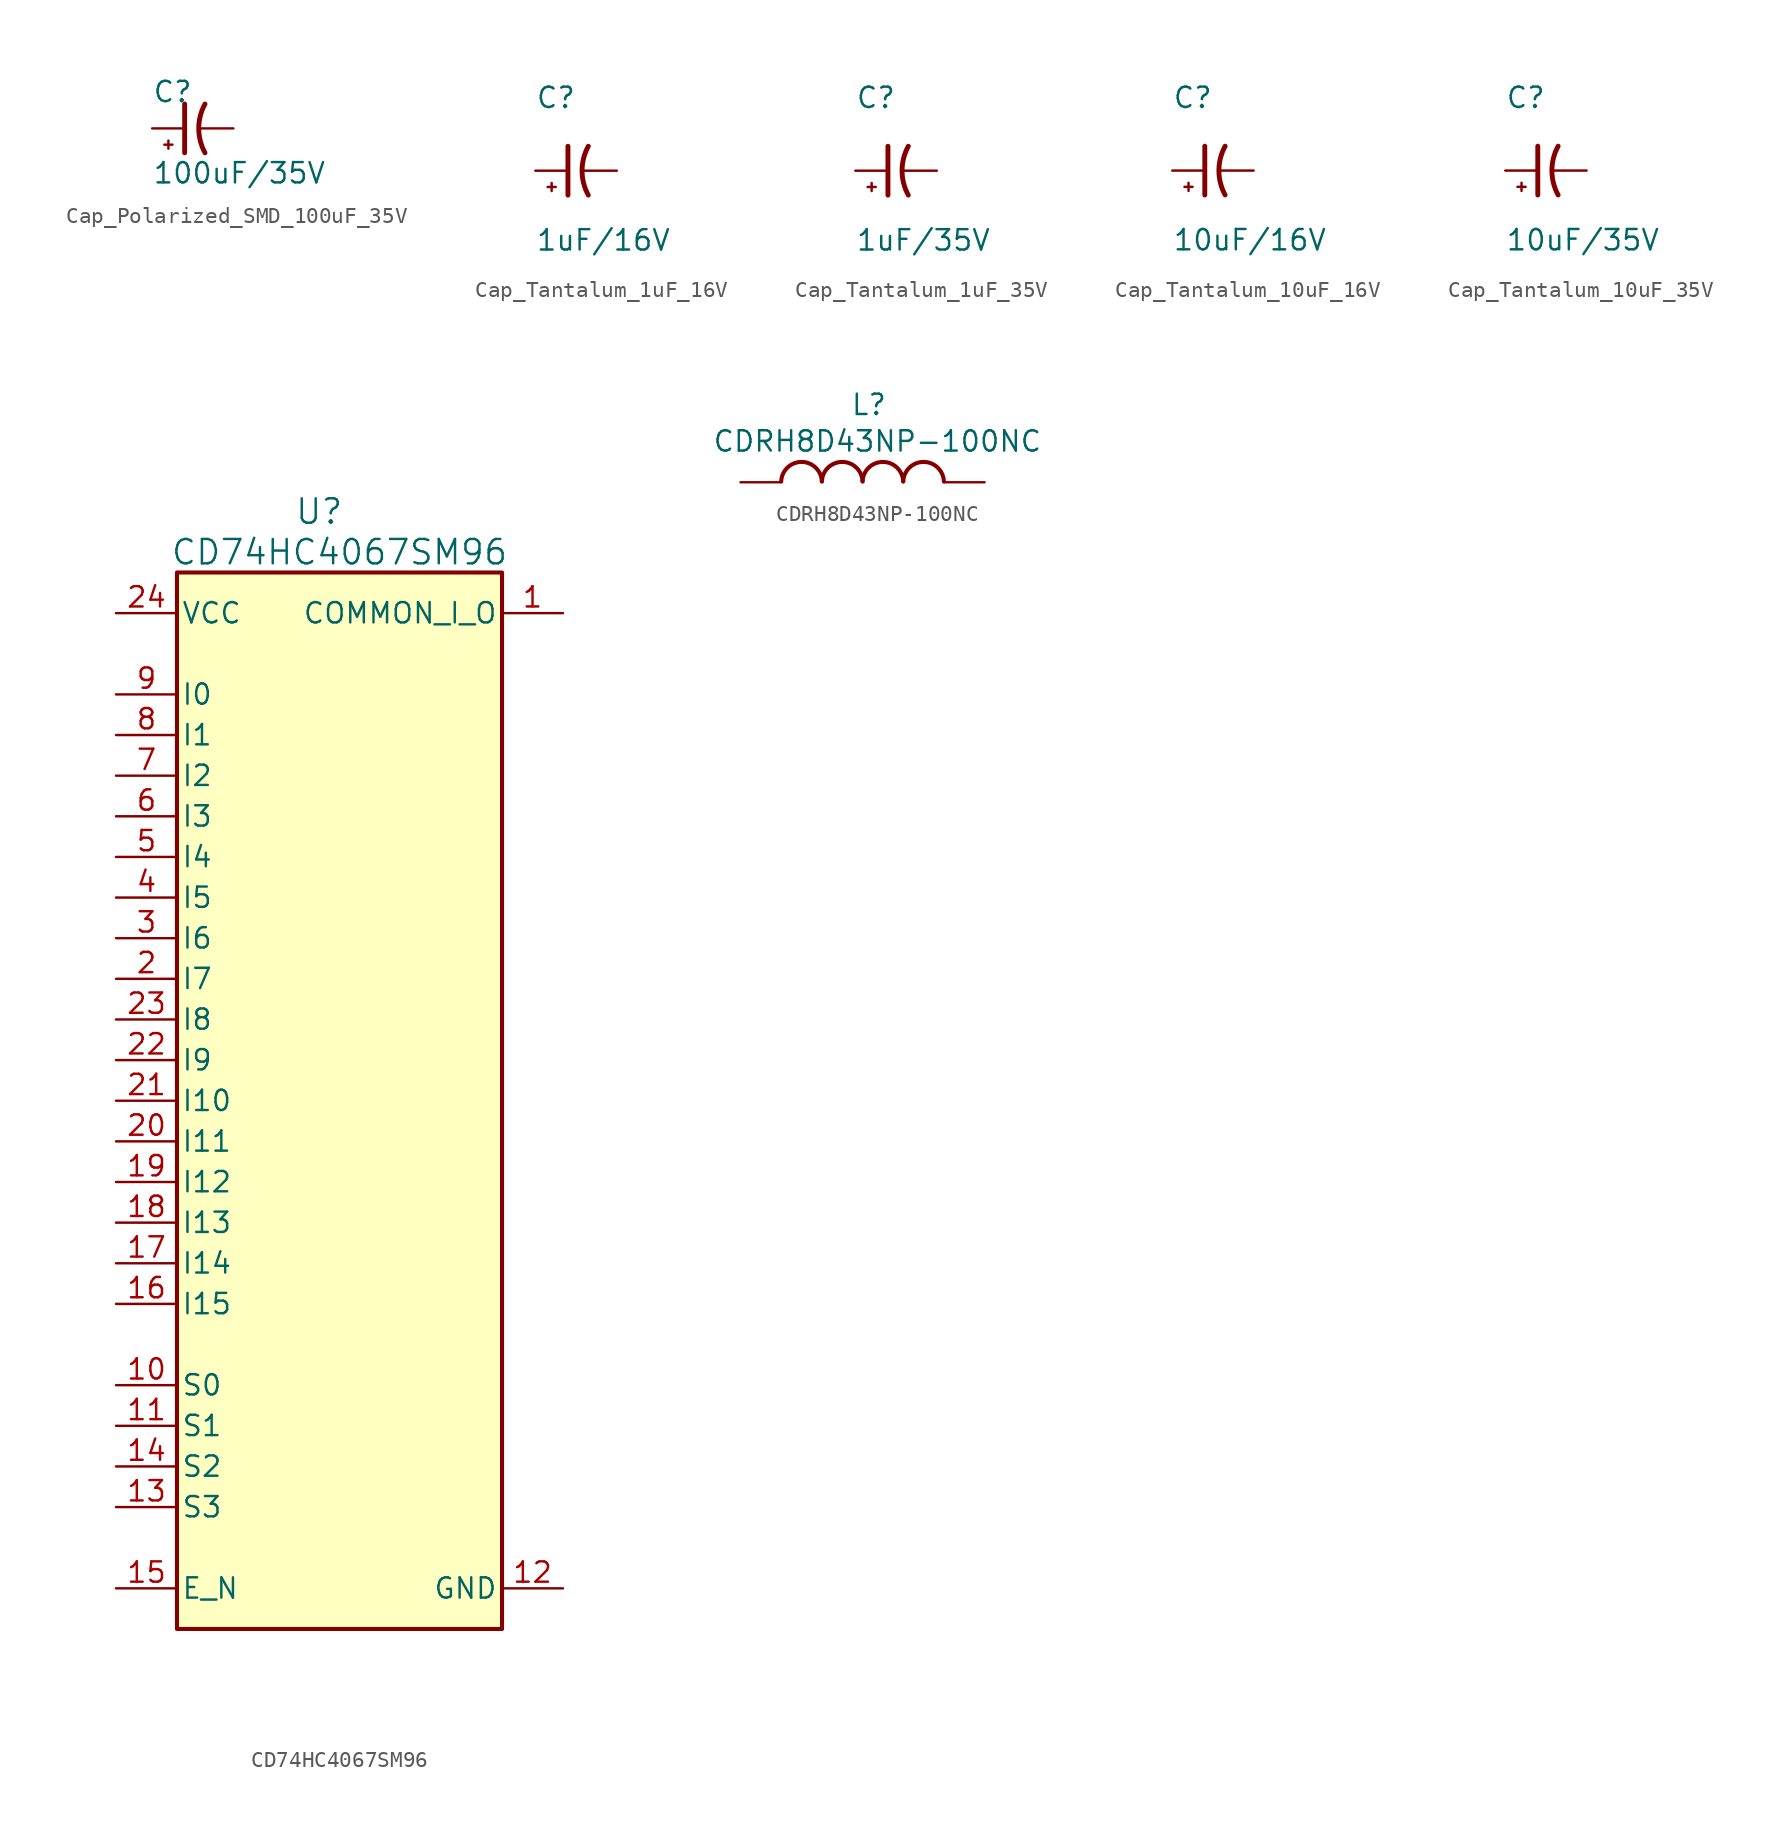
<source format=kicad_sym>
(kicad_symbol_lib
  (version 20231120)
  (generator "kicad_symbol_editor")
  (generator_version "8.0")
  (symbol "Cap_Polarized_SMD_100uF_35V"
    (pin_numbers hide)
    (pin_names
      (offset 0.254))
    (property "Reference" "C"
      (at 0 2.286 0)
      (effects (font (size 1.27 1.27)) (justify left)))
    (property "Value" "100uF/35V"
      (at 0 -2.794 0)
      (effects (font (size 1.27 1.27)) (justify left)))
    (symbol "Cap_Polarized_SMD_100uF_35V_0_1"
      (polyline (pts (xy 1.016 -1.27) (xy 1.016 -0.762)) (stroke (width 0) (type default)) (fill (type none)))
      (polyline (pts (xy 1.27 -1.016) (xy 0.762 -1.016)) (stroke (width 0) (type default)) (fill (type none)))
      (polyline (pts (xy 2.032 -1.524) (xy 2.032 1.524)) (stroke (width 0.305) (type default)) (fill (type none)))
      (arc (start 3.302 1.524) (mid 2.9134 0) (end 3.302 -1.524) (stroke (width 0.3048) (type default)) (fill (type none))))
    (symbol "Cap_Polarized_SMD_100uF_35V_1_1"
      (pin passive line (at 0 0 0) (length 2.032) (name "~" (effects (font (size 1.27 1.27)))) (number "1" (effects (font (size 1.27 1.27)))))
      (pin passive line (at 5.08 0 180) (length 2.032) (name "~" (effects (font (size 1.27 1.27)))) (number "2" (effects (font (size 1.27 1.27)))))))
  (symbol "Cap_Tantalum_1uF_16V"
    (pin_numbers hide)
    (pin_names
      (offset 1.016) hide)
    (property "Reference" "C"
      (at 0 3.81 0)
      (effects (font (size 1.27 1.27)) (justify left bottom)))
    (property "Value" "1uF/16V"
      (at 0 -5.08 0)
      (effects (font (size 1.27 1.27)) (justify left bottom)))
    (symbol "Cap_Tantalum_1uF_16V_0_1"
      (polyline (pts (xy 1.016 -1.27) (xy 1.016 -0.762)) (stroke (width 0) (type default)) (fill (type none)))
      (polyline (pts (xy 1.27 -1.016) (xy 0.762 -1.016)) (stroke (width 0) (type default)) (fill (type none)))
      (polyline (pts (xy 2.032 -1.524) (xy 2.032 1.524)) (stroke (width 0.305) (type default)) (fill (type none)))
      (arc (start 3.302 1.524) (mid 2.9134 0) (end 3.302 -1.524) (stroke (width 0.3048) (type default)) (fill (type none))))
    (symbol "Cap_Tantalum_1uF_16V_1_1"
      (pin passive line (at 0 0 0) (length 2.032) (name "~" (effects (font (size 1.27 1.27)))) (number "1" (effects (font (size 1.27 1.27)))))
      (pin passive line (at 5.08 0 180) (length 2.032) (name "~" (effects (font (size 1.27 1.27)))) (number "2" (effects (font (size 1.27 1.27)))))))
  (symbol "Cap_Tantalum_1uF_35V"
    (pin_numbers hide)
    (pin_names
      (offset 1.016) hide)
    (property "Reference" "C"
      (at 0 3.81 0)
      (effects (font (size 1.27 1.27)) (justify left bottom)))
    (property "Value" "1uF/35V"
      (at 0 -5.08 0)
      (effects (font (size 1.27 1.27)) (justify left bottom)))
    (symbol "Cap_Tantalum_1uF_35V_0_1"
      (polyline (pts (xy 1.016 -1.27) (xy 1.016 -0.762)) (stroke (width 0) (type default)) (fill (type none)))
      (polyline (pts (xy 1.27 -1.016) (xy 0.762 -1.016)) (stroke (width 0) (type default)) (fill (type none)))
      (polyline (pts (xy 2.032 -1.524) (xy 2.032 1.524)) (stroke (width 0.305) (type default)) (fill (type none)))
      (arc (start 3.302 1.524) (mid 2.9134 0) (end 3.302 -1.524) (stroke (width 0.3048) (type default)) (fill (type none))))
    (symbol "Cap_Tantalum_1uF_35V_1_1"
      (pin passive line (at 0 0 0) (length 2.032) (name "~" (effects (font (size 1.27 1.27)))) (number "1" (effects (font (size 1.27 1.27)))))
      (pin passive line (at 5.08 0 180) (length 2.032) (name "~" (effects (font (size 1.27 1.27)))) (number "2" (effects (font (size 1.27 1.27)))))))
  (symbol "Cap_Tantalum_10uF_16V"
    (pin_numbers hide)
    (pin_names
      (offset 1.016) hide)
    (property "Reference" "C"
      (at 0 3.81 0)
      (effects (font (size 1.27 1.27)) (justify left bottom)))
    (property "Value" "10uF/16V"
      (at 0 -5.08 0)
      (effects (font (size 1.27 1.27)) (justify left bottom)))
    (symbol "Cap_Tantalum_10uF_16V_0_1"
      (polyline (pts (xy 1.016 -1.27) (xy 1.016 -0.762)) (stroke (width 0) (type default)) (fill (type none)))
      (polyline (pts (xy 1.27 -1.016) (xy 0.762 -1.016)) (stroke (width 0) (type default)) (fill (type none)))
      (polyline (pts (xy 2.032 -1.524) (xy 2.032 1.524)) (stroke (width 0.305) (type default)) (fill (type none)))
      (arc (start 3.302 1.524) (mid 2.9134 0) (end 3.302 -1.524) (stroke (width 0.3048) (type default)) (fill (type none))))
    (symbol "Cap_Tantalum_10uF_16V_1_1"
      (pin passive line (at 0 0 0) (length 2.032) (name "~" (effects (font (size 1.27 1.27)))) (number "1" (effects (font (size 1.27 1.27)))))
      (pin passive line (at 5.08 0 180) (length 2.032) (name "~" (effects (font (size 1.27 1.27)))) (number "2" (effects (font (size 1.27 1.27)))))))
  (symbol "Cap_Tantalum_10uF_35V"
    (pin_numbers hide)
    (pin_names
      (offset 1.016) hide)
    (property "Reference" "C"
      (at 0 3.81 0)
      (effects (font (size 1.27 1.27)) (justify left bottom)))
    (property "Value" "10uF/35V"
      (at 0 -5.08 0)
      (effects (font (size 1.27 1.27)) (justify left bottom)))
    (symbol "Cap_Tantalum_10uF_35V_0_1"
      (polyline (pts (xy 1.016 -1.27) (xy 1.016 -0.762)) (stroke (width 0) (type default)) (fill (type none)))
      (polyline (pts (xy 1.27 -1.016) (xy 0.762 -1.016)) (stroke (width 0) (type default)) (fill (type none)))
      (polyline (pts (xy 2.032 -1.524) (xy 2.032 1.524)) (stroke (width 0.305) (type default)) (fill (type none)))
      (arc (start 3.302 1.524) (mid 2.9134 0) (end 3.302 -1.524) (stroke (width 0.3048) (type default)) (fill (type none))))
    (symbol "Cap_Tantalum_10uF_35V_1_1"
      (pin passive line (at 0 0 0) (length 2.032) (name "~" (effects (font (size 1.27 1.27)))) (number "1" (effects (font (size 1.27 1.27)))))
      (pin passive line (at 5.08 0 180) (length 2.032) (name "~" (effects (font (size 1.27 1.27)))) (number "2" (effects (font (size 1.27 1.27)))))))
  (symbol "CD74HC4067SM96"
    (pin_names
      (offset 0.254))
    (property "Reference" "U"
      (at 8.89 69.85 0)
      (effects (font (size 1.524 1.524))))
    (property "Value" "CD74HC4067SM96"
      (at 10.16 67.31 0)
      (effects (font (size 1.524 1.524))))
    (symbol "CD74HC4067SM96_0_1"
      (pin bidirectional line (at 24.13 63.5 180) (length 3.81) (name "COMMON_I_O" (effects (font (size 1.27 1.27)))) (number "1" (effects (font (size 1.27 1.27)))))
      (pin input line (at -3.81 15.24 0) (length 3.81) (name "S0" (effects (font (size 1.27 1.27)))) (number "10" (effects (font (size 1.27 1.27)))))
      (pin input line (at -3.81 12.7 0) (length 3.81) (name "S1" (effects (font (size 1.27 1.27)))) (number "11" (effects (font (size 1.27 1.27)))))
      (pin power_in line (at 24.13 2.54 180) (length 3.81) (name "GND" (effects (font (size 1.27 1.27)))) (number "12" (effects (font (size 1.27 1.27)))))
      (pin input line (at -3.81 7.62 0) (length 3.81) (name "S3" (effects (font (size 1.27 1.27)))) (number "13" (effects (font (size 1.27 1.27)))))
      (pin input line (at -3.81 10.16 0) (length 3.81) (name "S2" (effects (font (size 1.27 1.27)))) (number "14" (effects (font (size 1.27 1.27)))))
      (pin input line (at -3.81 2.54 0) (length 3.81) (name "E_N" (effects (font (size 1.27 1.27)))) (number "15" (effects (font (size 1.27 1.27)))))
      (pin input line (at -3.81 20.32 0) (length 3.81) (name "I15" (effects (font (size 1.27 1.27)))) (number "16" (effects (font (size 1.27 1.27)))))
      (pin input line (at -3.81 22.86 0) (length 3.81) (name "I14" (effects (font (size 1.27 1.27)))) (number "17" (effects (font (size 1.27 1.27)))))
      (pin input line (at -3.81 25.4 0) (length 3.81) (name "I13" (effects (font (size 1.27 1.27)))) (number "18" (effects (font (size 1.27 1.27)))))
      (pin input line (at -3.81 27.94 0) (length 3.81) (name "I12" (effects (font (size 1.27 1.27)))) (number "19" (effects (font (size 1.27 1.27)))))
      (pin input line (at -3.81 40.64 0) (length 3.81) (name "I7" (effects (font (size 1.27 1.27)))) (number "2" (effects (font (size 1.27 1.27)))))
      (pin input line (at -3.81 30.48 0) (length 3.81) (name "I11" (effects (font (size 1.27 1.27)))) (number "20" (effects (font (size 1.27 1.27)))))
      (pin input line (at -3.81 33.02 0) (length 3.81) (name "I10" (effects (font (size 1.27 1.27)))) (number "21" (effects (font (size 1.27 1.27)))))
      (pin input line (at -3.81 35.56 0) (length 3.81) (name "I9" (effects (font (size 1.27 1.27)))) (number "22" (effects (font (size 1.27 1.27)))))
      (pin input line (at -3.81 38.1 0) (length 3.81) (name "I8" (effects (font (size 1.27 1.27)))) (number "23" (effects (font (size 1.27 1.27)))))
      (pin power_in line (at -3.81 63.5 0) (length 3.81) (name "VCC" (effects (font (size 1.27 1.27)))) (number "24" (effects (font (size 1.27 1.27)))))
      (pin input line (at -3.81 43.18 0) (length 3.81) (name "I6" (effects (font (size 1.27 1.27)))) (number "3" (effects (font (size 1.27 1.27)))))
      (pin input line (at -3.81 45.72 0) (length 3.81) (name "I5" (effects (font (size 1.27 1.27)))) (number "4" (effects (font (size 1.27 1.27)))))
      (pin input line (at -3.81 48.26 0) (length 3.81) (name "I4" (effects (font (size 1.27 1.27)))) (number "5" (effects (font (size 1.27 1.27)))))
      (pin input line (at -3.81 50.8 0) (length 3.81) (name "I3" (effects (font (size 1.27 1.27)))) (number "6" (effects (font (size 1.27 1.27)))))
      (pin input line (at -3.81 53.34 0) (length 3.81) (name "I2" (effects (font (size 1.27 1.27)))) (number "7" (effects (font (size 1.27 1.27)))))
      (pin input line (at -3.81 55.88 0) (length 3.81) (name "I1" (effects (font (size 1.27 1.27)))) (number "8" (effects (font (size 1.27 1.27)))))
      (pin input line (at -3.81 58.42 0) (length 3.81) (name "I0" (effects (font (size 1.27 1.27)))) (number "9" (effects (font (size 1.27 1.27))))))
    (symbol "CD74HC4067SM96_1_1"
      (rectangle (start 0 66.04) (end 20.32 0) (stroke (width 0.254) (type default)) (fill (type background)))))
  (symbol "CDRH8D43NP-100NC"
    (pin_numbers hide)
    (pin_names hide)
    (property "Reference" "L"
      (at 6.858 5.588 0)
      (effects (font (size 1.27 1.27)) (justify left top)))
    (property "Value" "CDRH8D43NP-100NC"
      (at -1.778 3.302 0)
      (effects (font (size 1.27 1.27)) (justify left top)))
    (symbol "CDRH8D43NP-100NC_1_1"
      (arc (start 5.08 0.0521) (mid 3.81 1.2711) (end 2.54 0.0521) (stroke (width 0.254) (type default)) (fill (type none)))
      (arc (start 7.62 0.0521) (mid 6.35 1.2711) (end 5.08 0.0521) (stroke (width 0.254) (type default)) (fill (type none)))
      (arc (start 10.16 0.0521) (mid 8.89 1.2711) (end 7.62 0.0521) (stroke (width 0.254) (type default)) (fill (type none)))
      (arc (start 12.7 0.0521) (mid 11.43 1.2711) (end 10.16 0.0521) (stroke (width 0.254) (type default)) (fill (type none)))
      (pin passive line (at 0 0 0) (length 2.54) (name "1" (effects (font (size 1.27 1.27)))) (number "1" (effects (font (size 1.27 1.27)))))
      (pin passive line (at 15.24 0 180) (length 2.54) (name "2" (effects (font (size 1.27 1.27)))) (number "2" (effects (font (size 1.27 1.27))))))))
</source>
